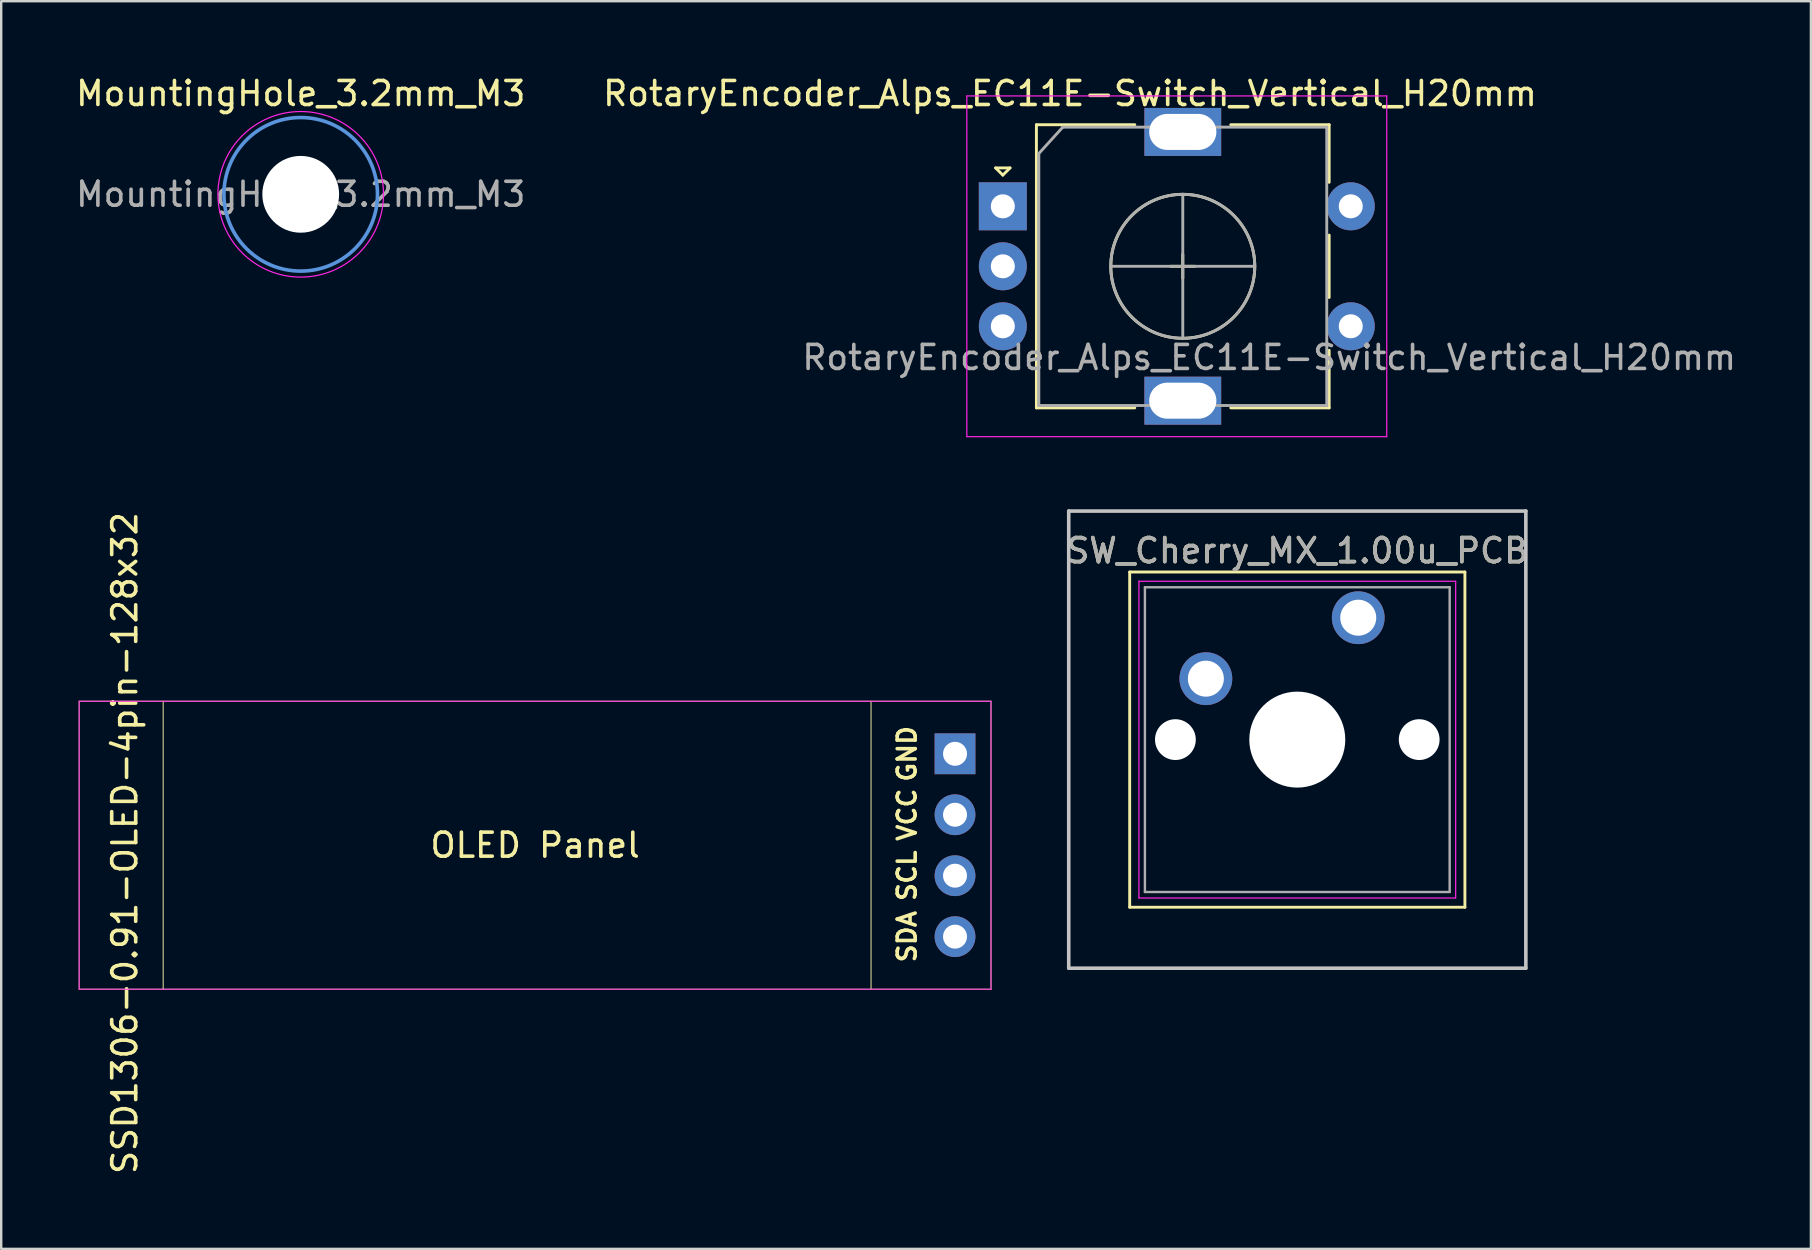
<source format=kicad_pcb>
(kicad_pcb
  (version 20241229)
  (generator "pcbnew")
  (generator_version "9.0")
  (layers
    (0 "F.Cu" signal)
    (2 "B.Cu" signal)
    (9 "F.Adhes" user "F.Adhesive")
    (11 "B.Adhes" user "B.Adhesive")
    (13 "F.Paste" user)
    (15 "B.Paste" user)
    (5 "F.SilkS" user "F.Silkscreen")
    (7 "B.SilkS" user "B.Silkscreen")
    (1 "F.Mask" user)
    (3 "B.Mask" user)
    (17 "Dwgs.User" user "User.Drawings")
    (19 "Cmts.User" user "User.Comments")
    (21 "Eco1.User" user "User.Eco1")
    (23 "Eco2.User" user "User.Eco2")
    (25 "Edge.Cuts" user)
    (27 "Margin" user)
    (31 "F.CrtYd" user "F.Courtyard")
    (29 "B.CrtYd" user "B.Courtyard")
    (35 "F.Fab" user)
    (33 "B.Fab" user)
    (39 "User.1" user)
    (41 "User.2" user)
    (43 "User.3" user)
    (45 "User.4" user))
  (footprint "MountingHole_3.2mm_M3"
    (layer "F.Cu")
    (at 9.482 5.048)
    (property "Reference" "MountingHole_3.2mm_M3" (at 0 -4.2 0) (layer "F.SilkS") (effects (font (size 1 1) (thickness 0.15))))
    (attr exclude_from_pos_files exclude_from_bom)
    (fp_circle (center 0 0) (end 3.2 0) (stroke (width 0.15) (type solid)) (fill no) (layer "Cmts.User"))
    (fp_circle (center 0 0) (end 3.45 0) (stroke (width 0.05) (type solid)) (fill no) (layer "F.CrtYd"))
    (fp_text user "${REFERENCE}" (at 0 0 0) (layer "F.Fab") (effects (font (size 1 1) (thickness 0.15))))
    (pad "" np_thru_hole circle (at 0 0) (size 3.2 3.2) (drill 3.2) (layers "*.Cu" "*.Mask")))
  (footprint "RotaryEncoder_Alps_EC11E-Switch_Vertical_H20mm"
    (layer "F.Cu")
    (at 38.742 5.548)
    (property "Reference" "RotaryEncoder_Alps_EC11E-Switch_Vertical_H20mm" (at 2.8 -4.7 0) (layer "F.SilkS") (effects (font (size 1 1) (thickness 0.15))))
    (attr through_hole)
    (fp_line (start -0.3 -1.6) (end 0.3 -1.6) (stroke (width 0.12) (type solid)) (layer "F.SilkS"))
    (fp_line (start 0 -1.3) (end -0.3 -1.6) (stroke (width 0.12) (type solid)) (layer "F.SilkS"))
    (fp_line (start 0.3 -1.6) (end 0 -1.3) (stroke (width 0.12) (type solid)) (layer "F.SilkS"))
    (fp_line (start 1.4 -3.4) (end 1.4 8.4) (stroke (width 0.12) (type solid)) (layer "F.SilkS"))
    (fp_line (start 5.5 -3.4) (end 1.4 -3.4) (stroke (width 0.12) (type solid)) (layer "F.SilkS"))
    (fp_line (start 5.5 8.4) (end 1.4 8.4) (stroke (width 0.12) (type solid)) (layer "F.SilkS"))
    (fp_line (start 7 2.5) (end 8 2.5) (stroke (width 0.12) (type solid)) (layer "F.SilkS"))
    (fp_line (start 7.5 2) (end 7.5 3) (stroke (width 0.12) (type solid)) (layer "F.SilkS"))
    (fp_line (start 9.5 -3.4) (end 13.6 -3.4) (stroke (width 0.12) (type solid)) (layer "F.SilkS"))
    (fp_line (start 13.6 -3.4) (end 13.6 -1) (stroke (width 0.12) (type solid)) (layer "F.SilkS"))
    (fp_line (start 13.6 1.2) (end 13.6 3.8) (stroke (width 0.12) (type solid)) (layer "F.SilkS"))
    (fp_line (start 13.6 6) (end 13.6 8.4) (stroke (width 0.12) (type solid)) (layer "F.SilkS"))
    (fp_line (start 13.6 8.4) (end 9.5 8.4) (stroke (width 0.12) (type solid)) (layer "F.SilkS"))
    (fp_circle (center 7.5 2.5) (end 10.5 2.5) (stroke (width 0.12) (type solid)) (fill no) (layer "F.SilkS"))
    (fp_line (start -1.5 -4.6) (end -1.5 9.6) (stroke (width 0.05) (type solid)) (layer "F.CrtYd"))
    (fp_line (start -1.5 -4.6) (end 16 -4.6) (stroke (width 0.05) (type solid)) (layer "F.CrtYd"))
    (fp_line (start 16 9.6) (end -1.5 9.6) (stroke (width 0.05) (type solid)) (layer "F.CrtYd"))
    (fp_line (start 16 9.6) (end 16 -4.6) (stroke (width 0.05) (type solid)) (layer "F.CrtYd"))
    (fp_line (start 1.5 -2.2) (end 2.5 -3.3) (stroke (width 0.12) (type solid)) (layer "F.Fab"))
    (fp_line (start 1.5 8.3) (end 1.5 -2.2) (stroke (width 0.12) (type solid)) (layer "F.Fab"))
    (fp_line (start 2.5 -3.3) (end 13.5 -3.3) (stroke (width 0.12) (type solid)) (layer "F.Fab"))
    (fp_line (start 4.5 2.5) (end 10.5 2.5) (stroke (width 0.12) (type solid)) (layer "F.Fab"))
    (fp_line (start 7.5 -0.5) (end 7.5 5.5) (stroke (width 0.12) (type solid)) (layer "F.Fab"))
    (fp_line (start 13.5 -3.3) (end 13.5 8.3) (stroke (width 0.12) (type solid)) (layer "F.Fab"))
    (fp_line (start 13.5 8.3) (end 1.5 8.3) (stroke (width 0.12) (type solid)) (layer "F.Fab"))
    (fp_circle (center 7.5 2.5) (end 10.5 2.5) (stroke (width 0.12) (type solid)) (fill no) (layer "F.Fab"))
    (fp_text user "${REFERENCE}" (at 11.1 6.3 0) (layer "F.Fab") (effects (font (size 1 1) (thickness 0.15))))
    (pad "A" thru_hole rect (at 0 0) (size 2 2) (drill 1) (layers "*.Cu" "*.Mask"))
    (pad "B" thru_hole circle (at 0 5) (size 2 2) (drill 1) (layers "*.Cu" "*.Mask"))
    (pad "C" thru_hole circle (at 0 2.5) (size 2 2) (drill 1) (layers "*.Cu" "*.Mask"))
    (pad "MP" thru_hole rect (at 7.5 -3.1) (size 3.2 2) (drill oval 2.8 1.5) (layers "*.Cu" "*.Mask"))
    (pad "MP" thru_hole rect (at 7.5 8.1) (size 3.2 2) (drill oval 2.8 1.5) (layers "*.Cu" "*.Mask"))
    (pad "S1" thru_hole circle (at 14.5 5) (size 2 2) (drill 1) (layers "*.Cu" "*.Mask"))
    (pad "S2" thru_hole circle (at 14.5 0) (size 2 2) (drill 1) (layers "*.Cu" "*.Mask")))
  (footprint "SW_Cherry_MX_1.00u_PCB"
    (layer "F.Cu")
    (at 53.554 22.693)
    (property "Reference" "SW_Cherry_MX_1.00u_PCB" (at -2.54 -2.794 0) (layer "F.SilkS") (effects (font (size 1 1) (thickness 0.15))))
    (attr through_hole)
    (fp_line (start -9.525 -1.905) (end 4.445 -1.905) (stroke (width 0.12) (type solid)) (layer "F.SilkS"))
    (fp_line (start -9.525 12.065) (end -9.525 -1.905) (stroke (width 0.12) (type solid)) (layer "F.SilkS"))
    (fp_line (start 4.445 -1.905) (end 4.445 12.065) (stroke (width 0.12) (type solid)) (layer "F.SilkS"))
    (fp_line (start 4.445 12.065) (end -9.525 12.065) (stroke (width 0.12) (type solid)) (layer "F.SilkS"))
    (fp_line (start -12.065 -4.445) (end 6.985 -4.445) (stroke (width 0.15) (type solid)) (layer "Dwgs.User"))
    (fp_line (start -12.065 14.605) (end -12.065 -4.445) (stroke (width 0.15) (type solid)) (layer "Dwgs.User"))
    (fp_line (start 6.985 -4.445) (end 6.985 14.605) (stroke (width 0.15) (type solid)) (layer "Dwgs.User"))
    (fp_line (start 6.985 14.605) (end -12.065 14.605) (stroke (width 0.15) (type solid)) (layer "Dwgs.User"))
    (fp_line (start -9.14 -1.52) (end 4.06 -1.52) (stroke (width 0.05) (type solid)) (layer "F.CrtYd"))
    (fp_line (start -9.14 11.68) (end -9.14 -1.52) (stroke (width 0.05) (type solid)) (layer "F.CrtYd"))
    (fp_line (start 4.06 -1.52) (end 4.06 11.68) (stroke (width 0.05) (type solid)) (layer "F.CrtYd"))
    (fp_line (start 4.06 11.68) (end -9.14 11.68) (stroke (width 0.05) (type solid)) (layer "F.CrtYd"))
    (fp_line (start -8.89 -1.27) (end 3.81 -1.27) (stroke (width 0.1) (type solid)) (layer "F.Fab"))
    (fp_line (start -8.89 11.43) (end -8.89 -1.27) (stroke (width 0.1) (type solid)) (layer "F.Fab"))
    (fp_line (start 3.81 -1.27) (end 3.81 11.43) (stroke (width 0.1) (type solid)) (layer "F.Fab"))
    (fp_line (start 3.81 11.43) (end -8.89 11.43) (stroke (width 0.1) (type solid)) (layer "F.Fab"))
    (fp_text user "${REFERENCE}" (at -2.54 -2.794 0) (layer "F.Fab") (effects (font (size 1 1) (thickness 0.15))))
    (pad "" np_thru_hole circle (at -7.62 5.08) (size 1.7 1.7) (drill 1.7) (layers "*.Cu" "*.Mask"))
    (pad "" np_thru_hole circle (at -2.54 5.08) (size 4 4) (drill 4) (layers "*.Cu" "*.Mask"))
    (pad "" np_thru_hole circle (at 2.54 5.08) (size 1.7 1.7) (drill 1.7) (layers "*.Cu" "*.Mask"))
    (pad "1" thru_hole circle (at 0 0) (size 2.2 2.2) (drill 1.5) (layers "*.Cu" "*.Mask"))
    (pad "2" thru_hole circle (at -6.35 2.54) (size 2.2 2.2) (drill 1.5) (layers "*.Cu" "*.Mask")))
  (footprint "SSD1306-0.91-OLED-4pin-128x32"
    (layer "F.Cu")
    (at 0.25 26.174)
    (property "Reference" "SSD1306-0.91-OLED-4pin-128x32" (at 1.9 5.91 270) (layer "F.SilkS") (effects (font (size 1 1) (thickness 0.15))))
    (attr through_hole)
    (fp_line (start 0 0) (end 0 12) (stroke (width 0.04) (type solid)) (layer "F.SilkS"))
    (fp_line (start 0 12) (end 38 12) (stroke (width 0.04) (type solid)) (layer "F.SilkS"))
    (fp_line (start 3.5 0) (end 3.5 12) (stroke (width 0.04) (type solid)) (layer "F.SilkS"))
    (fp_line (start 33 0) (end 33 12) (stroke (width 0.04) (type solid)) (layer "F.SilkS"))
    (fp_line (start 38 0) (end 0 0) (stroke (width 0.04) (type solid)) (layer "F.SilkS"))
    (fp_line (start 38 12) (end 38 0) (stroke (width 0.04) (type solid)) (layer "F.SilkS"))
    (fp_line (start 0 0) (end 0 12) (stroke (width 0.04) (type solid)) (layer "F.CrtYd"))
    (fp_line (start 0 12) (end 38 12) (stroke (width 0.04) (type solid)) (layer "F.CrtYd"))
    (fp_line (start 38 0) (end 0 0) (stroke (width 0.04) (type solid)) (layer "F.CrtYd"))
    (fp_line (start 38 12) (end 38 0) (stroke (width 0.04) (type solid)) (layer "F.CrtYd"))
    (fp_text user "GND" (at 34.5 2.19 270) (layer "F.SilkS") (effects (font (size 0.75 0.75) (thickness 0.15))))
    (fp_text user "SCL" (at 34.5 7.27 270) (layer "F.SilkS") (effects (font (size 0.75 0.75) (thickness 0.15))))
    (fp_text user "VCC" (at 34.5 4.73 270) (layer "F.SilkS") (effects (font (size 0.75 0.75) (thickness 0.15))))
    (fp_text user "OLED Panel" (at 19 6 180) (layer "F.SilkS") (effects (font (size 1 1) (thickness 0.15))))
    (fp_text user "SDA" (at 34.5 9.81 270) (layer "F.SilkS") (effects (font (size 0.75 0.75) (thickness 0.15))))
    (pad "1" thru_hole rect (at 36.5 2.19) (size 1.7 1.7) (drill 1) (layers "*.Cu" "*.Mask"))
    (pad "2" thru_hole oval (at 36.5 4.73) (size 1.7 1.7) (drill 1) (layers "*.Cu" "*.Mask"))
    (pad "3" thru_hole oval (at 36.5 7.27) (size 1.7 1.7) (drill 1) (layers "*.Cu" "*.Mask"))
    (pad "4" thru_hole oval (at 36.5 9.81) (size 1.7 1.7) (drill 1) (layers "*.Cu" "*.Mask")))
  (gr_rect
    (start -3 -3)
    (end 72.419 48.995)
    (stroke (width 0.1) (type default))
    (fill no)
    (layer "Edge.Cuts")))
</source>
